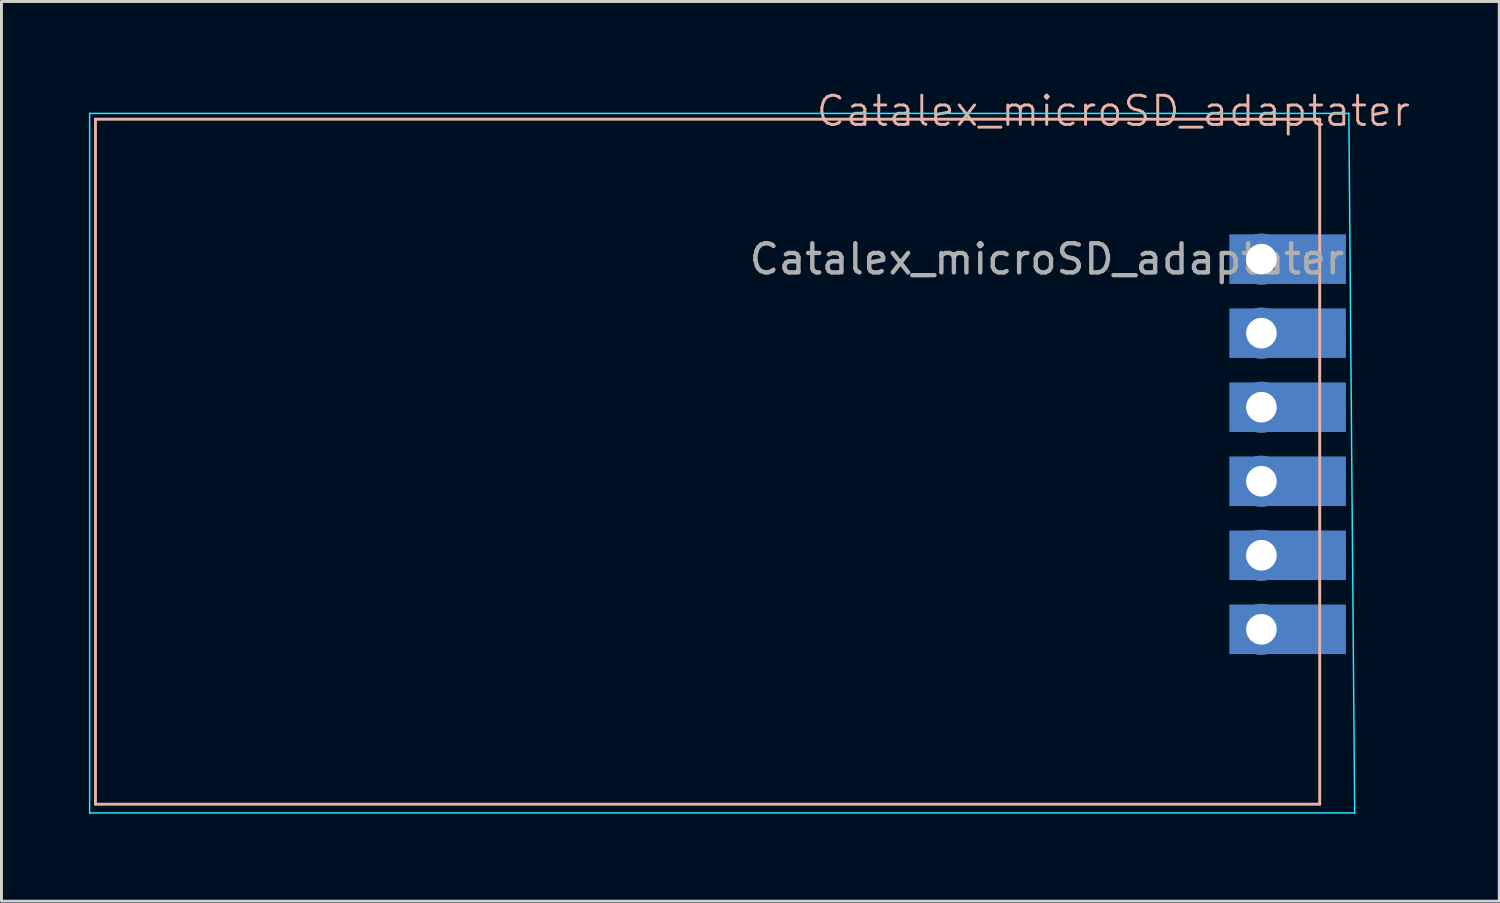
<source format=kicad_pcb>
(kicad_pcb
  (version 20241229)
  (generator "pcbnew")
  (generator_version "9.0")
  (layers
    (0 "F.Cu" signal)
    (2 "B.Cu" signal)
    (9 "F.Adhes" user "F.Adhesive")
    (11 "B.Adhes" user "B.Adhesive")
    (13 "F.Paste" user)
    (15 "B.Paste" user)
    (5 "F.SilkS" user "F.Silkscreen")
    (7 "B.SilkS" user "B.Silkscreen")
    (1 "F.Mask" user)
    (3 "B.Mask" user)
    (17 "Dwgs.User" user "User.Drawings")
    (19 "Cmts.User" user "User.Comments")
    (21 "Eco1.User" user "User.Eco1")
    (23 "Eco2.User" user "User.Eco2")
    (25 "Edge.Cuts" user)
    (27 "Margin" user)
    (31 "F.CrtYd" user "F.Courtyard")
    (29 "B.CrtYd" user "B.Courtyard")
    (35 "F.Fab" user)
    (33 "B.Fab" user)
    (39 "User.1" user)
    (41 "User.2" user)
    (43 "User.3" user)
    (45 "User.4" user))
  (footprint "Catalex_microSD_adaptater"
    (layer "F.Cu")
    (at 40.225 5.84)
    (property "Reference" "Catalex_microSD_adaptater" (at -5.08 -5.08 0) (unlocked yes) (layer "B.SilkS") (effects (font (size 1 1) (thickness 0.1))))
    (attr through_hole)
    (fp_line (start -40 -4.8) (end -40 18.7) (stroke (width 0.1) (type default)) (layer "B.SilkS"))
    (fp_line (start -40 18.7) (end 2 18.7) (stroke (width 0.1) (type default)) (layer "B.SilkS"))
    (fp_line (start 2 -4.8) (end -40 -4.8) (stroke (width 0.1) (type default)) (layer "B.SilkS"))
    (fp_line (start 2 0) (end 2 -4.8) (stroke (width 0.1) (type default)) (layer "B.SilkS"))
    (fp_line (start 2 18.7) (end 2 0) (stroke (width 0.1) (type default)) (layer "B.SilkS"))
    (fp_line (start -40.2 -5) (end -40.2 19) (stroke (width 0.05) (type default)) (layer "B.CrtYd"))
    (fp_line (start -40.2 19) (end 3.2 19) (stroke (width 0.05) (type default)) (layer "B.CrtYd"))
    (fp_line (start 3 -5) (end -40.2 -5) (stroke (width 0.05) (type default)) (layer "B.CrtYd"))
    (fp_line (start 3.2 19) (end 3 -5) (stroke (width 0.05) (type default)) (layer "B.CrtYd"))
    (fp_text user "${REFERENCE}" (at -7.36 0 0) (unlocked yes) (layer "F.Fab") (effects (font (size 1 1) (thickness 0.15))))
    (pad "1" thru_hole circle (at 0 0) (size 1.75 1.75) (drill 1.05) (layers "*.Cu" "*.Mask"))
    (pad "1" smd rect (at 0 0) (size 4 1.7) (drill (offset 0.9 0)) (layers "B.Cu" "B.Mask"))
    (pad "2" thru_hole circle (at 0 2.54) (size 1.75 1.75) (drill 1.05) (layers "*.Cu" "*.Mask"))
    (pad "2" smd rect (at 0 2.54) (size 4 1.7) (drill (offset 0.9 0)) (layers "B.Cu" "B.Mask"))
    (pad "3" thru_hole circle (at 0 5.08) (size 1.75 1.75) (drill 1.05) (layers "*.Cu" "*.Mask"))
    (pad "3" smd rect (at 0 5.08) (size 4 1.7) (drill (offset 0.9 0)) (layers "B.Cu" "B.Mask"))
    (pad "4" thru_hole circle (at 0 7.62) (size 1.75 1.75) (drill 1.05) (layers "*.Cu" "*.Mask"))
    (pad "4" smd rect (at 0 7.62) (size 4 1.7) (drill (offset 0.9 0)) (layers "B.Cu" "B.Mask"))
    (pad "5" thru_hole circle (at 0 10.16) (size 1.75 1.75) (drill 1.05) (layers "*.Cu" "*.Mask"))
    (pad "5" smd rect (at 0 10.16) (size 4 1.7) (drill (offset 0.9 0)) (layers "B.Cu" "B.Mask"))
    (pad "6" thru_hole circle (at 0 12.7) (size 1.75 1.75) (drill 1.05) (layers "*.Cu" "*.Mask"))
    (pad "6" smd rect (at 0 12.7) (size 4 1.7) (drill (offset 0.9 0)) (layers "B.Cu" "B.Mask")))
  (gr_rect
    (start -3 -3)
    (end 48.385 27.866)
    (stroke (width 0.1) (type default))
    (fill no)
    (layer "Edge.Cuts")))
</source>
